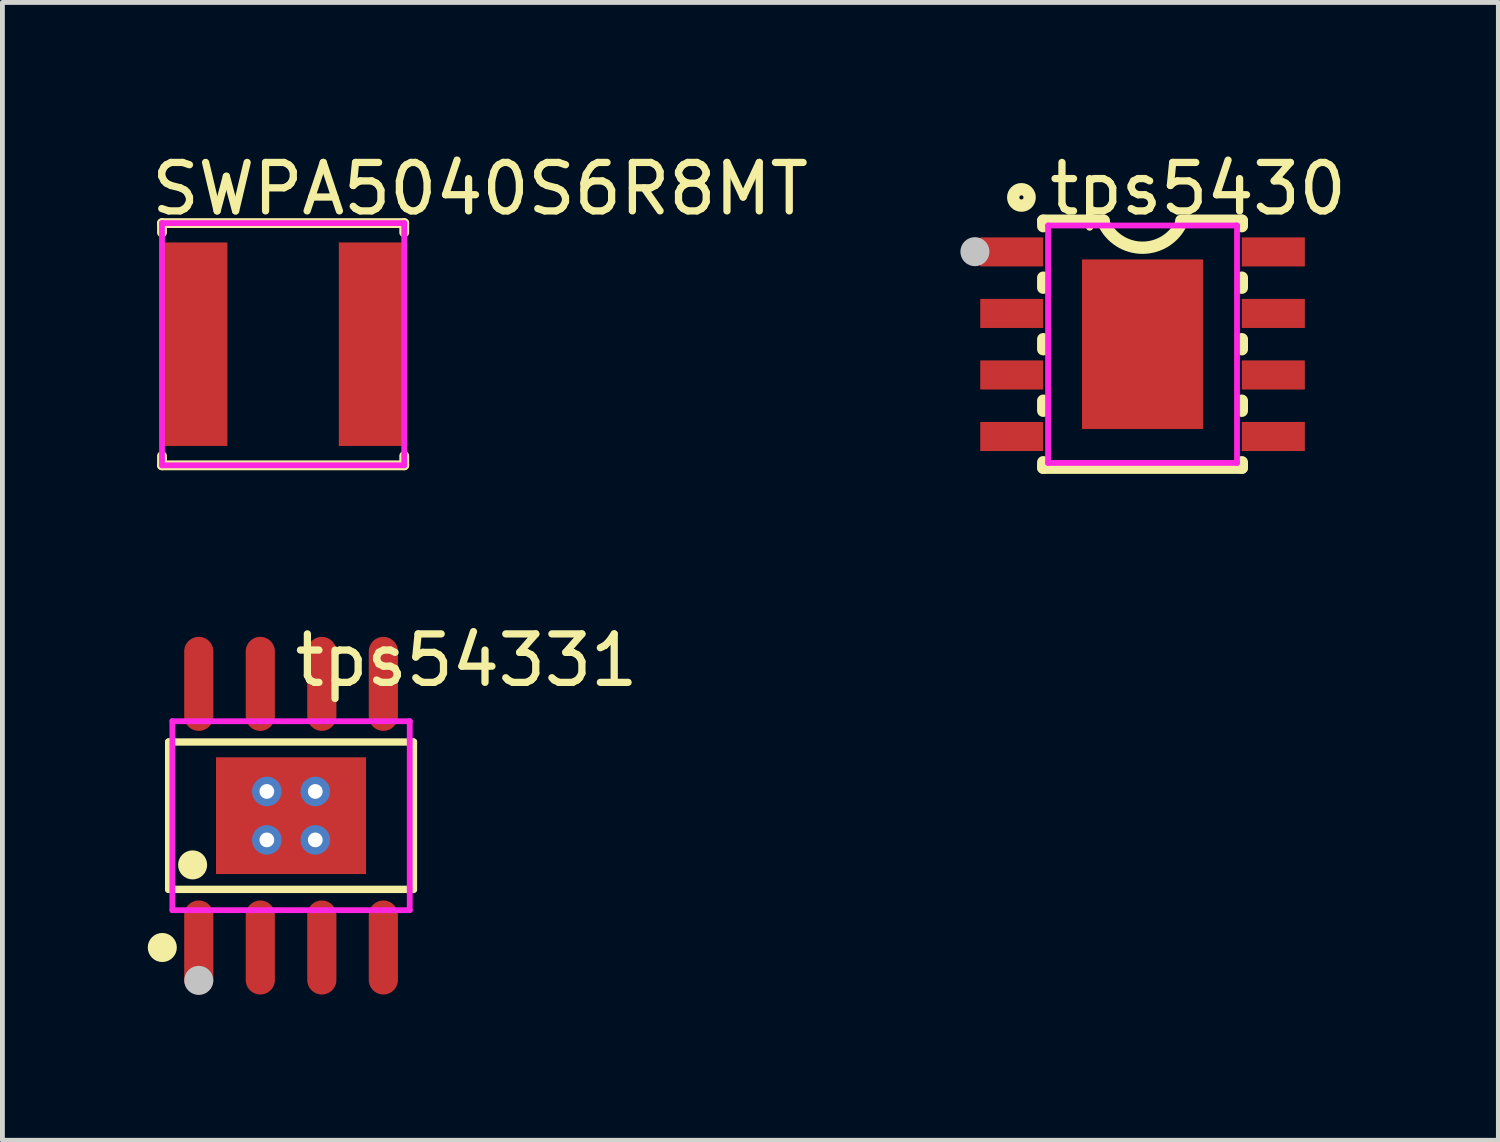
<source format=kicad_pcb>
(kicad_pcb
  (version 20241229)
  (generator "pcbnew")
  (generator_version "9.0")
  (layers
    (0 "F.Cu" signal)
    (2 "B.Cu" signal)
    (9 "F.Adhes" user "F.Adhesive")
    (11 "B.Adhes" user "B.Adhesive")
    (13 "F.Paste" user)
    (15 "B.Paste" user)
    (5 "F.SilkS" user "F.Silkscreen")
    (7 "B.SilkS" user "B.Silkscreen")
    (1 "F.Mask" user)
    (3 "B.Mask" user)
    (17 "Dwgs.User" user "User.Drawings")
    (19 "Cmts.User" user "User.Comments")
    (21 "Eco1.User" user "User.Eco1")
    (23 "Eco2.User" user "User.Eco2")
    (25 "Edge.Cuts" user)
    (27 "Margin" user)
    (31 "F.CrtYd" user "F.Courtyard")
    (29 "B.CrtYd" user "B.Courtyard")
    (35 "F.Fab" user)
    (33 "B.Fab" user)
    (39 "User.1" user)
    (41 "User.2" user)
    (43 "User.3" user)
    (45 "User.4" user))
  (footprint "SWPA5040S6R8MT"
    (layer "F.Cu")
    (at 2.794 4.055)
    (property "Reference" "SWPA5040S6R8MT" (at -2.794 -3.207 0) (layer "F.SilkS") (effects (font (size 1 1) (thickness 0.15)) (justify left)))
    (attr through_hole)
    (fp_line (start -2.5 -2.5) (end -2.5 -2.306) (stroke (width 0.203) (type solid)) (layer "F.SilkS"))
    (fp_line (start -2.5 -2.5) (end 2.5 -2.5) (stroke (width 0.203) (type solid)) (layer "F.SilkS"))
    (fp_line (start -2.5 2.306) (end -2.5 2.5) (stroke (width 0.203) (type solid)) (layer "F.SilkS"))
    (fp_line (start -2.5 2.5) (end 2.5 2.5) (stroke (width 0.203) (type solid)) (layer "F.SilkS"))
    (fp_line (start 2.5 -2.306) (end 2.5 -2.5) (stroke (width 0.203) (type solid)) (layer "F.SilkS"))
    (fp_line (start 2.5 2.5) (end 2.5 2.306) (stroke (width 0.203) (type solid)) (layer "F.SilkS"))
    (fp_circle (center -2.5 2.5) (end -2.45 2.5) (stroke (width 0.1) (type solid)) (fill no) (layer "Eco2.User"))
    (fp_poly (pts (xy -1.25 -2) (xy -1.25 2) (xy -2.5 2) (xy -2.5 -2)) (stroke (width 0.12) (type solid)) (fill no) (layer "Eco2.User"))
    (fp_poly (pts (xy 2.5 -2) (xy 2.5 2) (xy 1.25 2) (xy 1.25 -2)) (stroke (width 0.12) (type solid)) (fill no) (layer "Eco2.User"))
    (fp_line (start -2.5 -2.5) (end 2.5 -2.5) (stroke (width 0.12) (type solid)) (layer "F.CrtYd"))
    (fp_line (start -2.5 2.5) (end -2.5 -2.5) (stroke (width 0.12) (type solid)) (layer "F.CrtYd"))
    (fp_line (start 2.5 -2.5) (end 2.5 2.5) (stroke (width 0.12) (type solid)) (layer "F.CrtYd"))
    (fp_line (start 2.5 2.5) (end -2.5 2.5) (stroke (width 0.12) (type solid)) (layer "F.CrtYd"))
    (pad "1" smd rect (at -1.85 0) (size 1.4 4.2) (layers "F.Cu" "F.Mask" "F.Paste"))
    (pad "2" smd rect (at 1.85 0) (size 1.4 4.2) (layers "F.Cu" "F.Mask" "F.Paste")))
  (footprint "tps5430"
    (layer "F.Cu")
    (at 20.534 4.055)
    (property "Reference" "tps5430" (at -2 -3.207 0) (layer "F.SilkS") (effects (font (size 1 1) (thickness 0.15)) (justify left)))
    (attr through_hole)
    (fp_line (start -2.05 -2.55) (end -2.05 -2.436) (stroke (width 0.254) (type solid)) (layer "F.SilkS"))
    (fp_line (start -2.05 -1.374) (end -2.05 -1.166) (stroke (width 0.254) (type solid)) (layer "F.SilkS"))
    (fp_line (start -2.05 -0.104) (end -2.05 0.104) (stroke (width 0.254) (type solid)) (layer "F.SilkS"))
    (fp_line (start -2.05 1.166) (end -2.05 1.374) (stroke (width 0.254) (type solid)) (layer "F.SilkS"))
    (fp_line (start -2.05 2.436) (end -2.05 2.55) (stroke (width 0.254) (type solid)) (layer "F.SilkS"))
    (fp_line (start -0.8 -2.55) (end -2.05 -2.55) (stroke (width 0.254) (type solid)) (layer "F.SilkS"))
    (fp_line (start 0.8 -2.55) (end 2.05 -2.55) (stroke (width 0.254) (type solid)) (layer "F.SilkS"))
    (fp_line (start 2.05 -2.55) (end 2.05 -2.436) (stroke (width 0.254) (type solid)) (layer "F.SilkS"))
    (fp_line (start 2.05 -1.374) (end 2.05 -1.166) (stroke (width 0.254) (type solid)) (layer "F.SilkS"))
    (fp_line (start 2.05 -0.104) (end 2.05 0.104) (stroke (width 0.254) (type solid)) (layer "F.SilkS"))
    (fp_line (start 2.05 1.166) (end 2.05 1.374) (stroke (width 0.254) (type solid)) (layer "F.SilkS"))
    (fp_line (start 2.05 2.436) (end 2.05 2.55) (stroke (width 0.254) (type solid)) (layer "F.SilkS"))
    (fp_line (start 2.05 2.55) (end -2.05 2.55) (stroke (width 0.254) (type solid)) (layer "F.SilkS"))
    (fp_arc (start 0.799815 -2.499607) (mid -0.000217 -1.991471) (end -0.8 -2.5) (stroke (width 0.254) (type solid)) (layer "F.SilkS"))
    (fp_circle (center -2.5 -3.03) (end -2.33 -3.03) (stroke (width 0.254) (type solid)) (fill no) (layer "F.SilkS"))
    (fp_circle (center -3.46 -1.91) (end -3.31 -1.91) (stroke (width 0.3) (type solid)) (fill no) (layer "Dwgs.User"))
    (fp_line (start -2.175 -2.115) (end -1.94 -2.115) (stroke (width 0.12) (type solid)) (layer "Eco2.User"))
    (fp_line (start -2.175 -1.695) (end -2.175 -2.115) (stroke (width 0.12) (type solid)) (layer "Eco2.User"))
    (fp_line (start -2.175 -0.845) (end -1.94 -0.845) (stroke (width 0.12) (type solid)) (layer "Eco2.User"))
    (fp_line (start -2.175 -0.425) (end -2.175 -0.845) (stroke (width 0.12) (type solid)) (layer "Eco2.User"))
    (fp_line (start -2.175 0.425) (end -1.94 0.425) (stroke (width 0.12) (type solid)) (layer "Eco2.User"))
    (fp_line (start -2.175 0.845) (end -2.175 0.425) (stroke (width 0.12) (type solid)) (layer "Eco2.User"))
    (fp_line (start -2.175 1.695) (end -1.94 1.695) (stroke (width 0.12) (type solid)) (layer "Eco2.User"))
    (fp_line (start -2.175 2.115) (end -2.175 1.695) (stroke (width 0.12) (type solid)) (layer "Eco2.User"))
    (fp_line (start -1.94 -2.115) (end -1.94 -1.695) (stroke (width 0.12) (type solid)) (layer "Eco2.User"))
    (fp_line (start -1.94 -1.695) (end -2.175 -1.695) (stroke (width 0.12) (type solid)) (layer "Eco2.User"))
    (fp_line (start -1.94 -0.845) (end -1.94 -0.425) (stroke (width 0.12) (type solid)) (layer "Eco2.User"))
    (fp_line (start -1.94 -0.425) (end -2.175 -0.425) (stroke (width 0.12) (type solid)) (layer "Eco2.User"))
    (fp_line (start -1.94 0.425) (end -1.94 0.845) (stroke (width 0.12) (type solid)) (layer "Eco2.User"))
    (fp_line (start -1.94 0.845) (end -2.175 0.845) (stroke (width 0.12) (type solid)) (layer "Eco2.User"))
    (fp_line (start -1.94 1.695) (end -1.94 2.115) (stroke (width 0.12) (type solid)) (layer "Eco2.User"))
    (fp_line (start -1.94 2.115) (end -2.175 2.115) (stroke (width 0.12) (type solid)) (layer "Eco2.User"))
    (fp_line (start 1.94 -2.115) (end 2.175 -2.115) (stroke (width 0.12) (type solid)) (layer "Eco2.User"))
    (fp_line (start 1.94 -1.695) (end 1.94 -2.115) (stroke (width 0.12) (type solid)) (layer "Eco2.User"))
    (fp_line (start 1.94 -0.845) (end 2.175 -0.845) (stroke (width 0.12) (type solid)) (layer "Eco2.User"))
    (fp_line (start 1.94 -0.425) (end 1.94 -0.845) (stroke (width 0.12) (type solid)) (layer "Eco2.User"))
    (fp_line (start 1.94 0.425) (end 2.175 0.425) (stroke (width 0.12) (type solid)) (layer "Eco2.User"))
    (fp_line (start 1.94 0.845) (end 1.94 0.425) (stroke (width 0.12) (type solid)) (layer "Eco2.User"))
    (fp_line (start 1.94 1.695) (end 2.175 1.695) (stroke (width 0.12) (type solid)) (layer "Eco2.User"))
    (fp_line (start 1.94 2.115) (end 1.94 1.695) (stroke (width 0.12) (type solid)) (layer "Eco2.User"))
    (fp_line (start 2.175 -2.115) (end 2.175 -1.695) (stroke (width 0.12) (type solid)) (layer "Eco2.User"))
    (fp_line (start 2.175 -1.695) (end 1.94 -1.695) (stroke (width 0.12) (type solid)) (layer "Eco2.User"))
    (fp_line (start 2.175 -0.845) (end 2.175 -0.425) (stroke (width 0.12) (type solid)) (layer "Eco2.User"))
    (fp_line (start 2.175 -0.425) (end 1.94 -0.425) (stroke (width 0.12) (type solid)) (layer "Eco2.User"))
    (fp_line (start 2.175 0.425) (end 2.175 0.845) (stroke (width 0.12) (type solid)) (layer "Eco2.User"))
    (fp_line (start 2.175 0.845) (end 1.94 0.845) (stroke (width 0.12) (type solid)) (layer "Eco2.User"))
    (fp_line (start 2.175 1.695) (end 2.175 2.115) (stroke (width 0.12) (type solid)) (layer "Eco2.User"))
    (fp_line (start 2.175 2.115) (end 1.94 2.115) (stroke (width 0.12) (type solid)) (layer "Eco2.User"))
    (fp_circle (center -3 -2.45) (end -2.97 -2.45) (stroke (width 0.06) (type solid)) (fill no) (layer "Eco2.User"))
    (fp_poly (pts (xy -3 -2.115) (xy -2.165 -2.115) (xy -2.165 -1.695) (xy -3 -1.695)) (stroke (width 0.12) (type solid)) (fill no) (layer "Eco2.User"))
    (fp_poly (pts (xy -3 -0.845) (xy -2.165 -0.845) (xy -2.165 -0.425) (xy -3 -0.425)) (stroke (width 0.12) (type solid)) (fill no) (layer "Eco2.User"))
    (fp_poly (pts (xy -3 0.425) (xy -2.165 0.425) (xy -2.165 0.845) (xy -3 0.845)) (stroke (width 0.12) (type solid)) (fill no) (layer "Eco2.User"))
    (fp_poly (pts (xy -3 1.695) (xy -2.165 1.695) (xy -2.165 2.115) (xy -3 2.115)) (stroke (width 0.12) (type solid)) (fill no) (layer "Eco2.User"))
    (fp_poly (pts (xy -1.206 1.65) (xy -1.206 -1.65) (xy 1.207 -1.65) (xy 1.207 1.65)) (stroke (width 0.12) (type solid)) (fill no) (layer "Eco2.User"))
    (fp_poly (pts (xy 2.165 -2.115) (xy 3 -2.115) (xy 3 -1.695) (xy 2.165 -1.695)) (stroke (width 0.12) (type solid)) (fill no) (layer "Eco2.User"))
    (fp_poly (pts (xy 2.165 -0.845) (xy 3 -0.845) (xy 3 -0.425) (xy 2.165 -0.425)) (stroke (width 0.12) (type solid)) (fill no) (layer "Eco2.User"))
    (fp_poly (pts (xy 2.165 0.425) (xy 3 0.425) (xy 3 0.845) (xy 2.165 0.845)) (stroke (width 0.12) (type solid)) (fill no) (layer "Eco2.User"))
    (fp_poly (pts (xy 2.165 1.695) (xy 3 1.695) (xy 3 2.115) (xy 2.165 2.115)) (stroke (width 0.12) (type solid)) (fill no) (layer "Eco2.User"))
    (fp_line (start -1.95 -2.45) (end 1.95 -2.45) (stroke (width 0.12) (type solid)) (layer "F.CrtYd"))
    (fp_line (start -1.95 2.45) (end -1.95 -2.45) (stroke (width 0.12) (type solid)) (layer "F.CrtYd"))
    (fp_line (start 1.95 -2.45) (end 1.95 2.45) (stroke (width 0.12) (type solid)) (layer "F.CrtYd"))
    (fp_line (start 1.95 2.45) (end -1.95 2.45) (stroke (width 0.12) (type solid)) (layer "F.CrtYd"))
    (pad "1" smd rect (at -2.7 -1.905) (size 1.3 0.6) (layers "F.Cu" "F.Mask" "F.Paste"))
    (pad "2" smd rect (at -2.7 -0.635) (size 1.3 0.6) (layers "F.Cu" "F.Mask" "F.Paste"))
    (pad "3" smd rect (at -2.7 0.635) (size 1.3 0.6) (layers "F.Cu" "F.Mask" "F.Paste"))
    (pad "4" smd rect (at -2.7 1.905) (size 1.3 0.6) (layers "F.Cu" "F.Mask" "F.Paste"))
    (pad "5" smd rect (at 2.7 1.905) (size 1.3 0.6) (layers "F.Cu" "F.Mask" "F.Paste"))
    (pad "6" smd rect (at 2.7 0.635) (size 1.3 0.6) (layers "F.Cu" "F.Mask" "F.Paste"))
    (pad "7" smd rect (at 2.7 -0.635) (size 1.3 0.6) (layers "F.Cu" "F.Mask" "F.Paste"))
    (pad "8" smd rect (at 2.7 -1.905) (size 1.3 0.6) (layers "F.Cu" "F.Mask" "F.Paste"))
    (pad "9" smd rect (at 0 0) (size 2.5 3.5) (layers "F.Cu" "F.Mask" "F.Paste")))
  (footprint "tps54331"
    (layer "F.Cu")
    (at 2.958 13.787)
    (property "Reference" "tps54331" (at 0 -3.207 0) (layer "F.SilkS") (effects (font (size 1 1) (thickness 0.15)) (justify left)))
    (attr through_hole)
    (fp_line (start -2.526 -1.521) (end 2.526 -1.521) (stroke (width 0.152) (type solid)) (layer "F.SilkS"))
    (fp_line (start -2.526 1.521) (end -2.526 -1.521) (stroke (width 0.152) (type solid)) (layer "F.SilkS"))
    (fp_line (start 2.526 -1.521) (end 2.526 1.521) (stroke (width 0.152) (type solid)) (layer "F.SilkS"))
    (fp_line (start 2.526 1.521) (end -2.526 1.521) (stroke (width 0.152) (type solid)) (layer "F.SilkS"))
    (fp_circle (center -2.658 2.721) (end -2.508 2.721) (stroke (width 0.3) (type solid)) (fill no) (layer "F.SilkS"))
    (fp_circle (center -2.032 1.016) (end -1.882 1.016) (stroke (width 0.3) (type solid)) (fill no) (layer "F.SilkS"))
    (fp_circle (center -1.905 3.4) (end -1.755 3.4) (stroke (width 0.3) (type solid)) (fill no) (layer "Dwgs.User"))
    (fp_line (start -2.12 -2.36) (end -2.12 -1.94) (stroke (width 0.12) (type solid)) (layer "Eco2.User"))
    (fp_line (start -2.12 -1.94) (end -1.69 -1.94) (stroke (width 0.12) (type solid)) (layer "Eco2.User"))
    (fp_line (start -2.12 1.94) (end -1.69 1.94) (stroke (width 0.12) (type solid)) (layer "Eco2.User"))
    (fp_line (start -2.12 2.36) (end -2.12 1.94) (stroke (width 0.12) (type solid)) (layer "Eco2.User"))
    (fp_line (start -1.69 -2.36) (end -2.12 -2.36) (stroke (width 0.12) (type solid)) (layer "Eco2.User"))
    (fp_line (start -1.69 -1.94) (end -1.69 -2.36) (stroke (width 0.12) (type solid)) (layer "Eco2.User"))
    (fp_line (start -1.69 1.94) (end -1.69 2.36) (stroke (width 0.12) (type solid)) (layer "Eco2.User"))
    (fp_line (start -1.69 2.36) (end -2.12 2.36) (stroke (width 0.12) (type solid)) (layer "Eco2.User"))
    (fp_line (start -0.85 -2.36) (end -0.85 -1.94) (stroke (width 0.12) (type solid)) (layer "Eco2.User"))
    (fp_line (start -0.85 -1.94) (end -0.42 -1.94) (stroke (width 0.12) (type solid)) (layer "Eco2.User"))
    (fp_line (start -0.85 1.94) (end -0.42 1.94) (stroke (width 0.12) (type solid)) (layer "Eco2.User"))
    (fp_line (start -0.85 2.36) (end -0.85 1.94) (stroke (width 0.12) (type solid)) (layer "Eco2.User"))
    (fp_line (start -0.42 -2.36) (end -0.85 -2.36) (stroke (width 0.12) (type solid)) (layer "Eco2.User"))
    (fp_line (start -0.42 -1.94) (end -0.42 -2.36) (stroke (width 0.12) (type solid)) (layer "Eco2.User"))
    (fp_line (start -0.42 1.94) (end -0.42 2.36) (stroke (width 0.12) (type solid)) (layer "Eco2.User"))
    (fp_line (start -0.42 2.36) (end -0.85 2.36) (stroke (width 0.12) (type solid)) (layer "Eco2.User"))
    (fp_line (start 0.42 -2.36) (end 0.42 -1.94) (stroke (width 0.12) (type solid)) (layer "Eco2.User"))
    (fp_line (start 0.42 -1.94) (end 0.85 -1.94) (stroke (width 0.12) (type solid)) (layer "Eco2.User"))
    (fp_line (start 0.42 1.94) (end 0.85 1.94) (stroke (width 0.12) (type solid)) (layer "Eco2.User"))
    (fp_line (start 0.42 2.36) (end 0.42 1.94) (stroke (width 0.12) (type solid)) (layer "Eco2.User"))
    (fp_line (start 0.85 -2.36) (end 0.42 -2.36) (stroke (width 0.12) (type solid)) (layer "Eco2.User"))
    (fp_line (start 0.85 -1.94) (end 0.85 -2.36) (stroke (width 0.12) (type solid)) (layer "Eco2.User"))
    (fp_line (start 0.85 1.94) (end 0.85 2.36) (stroke (width 0.12) (type solid)) (layer "Eco2.User"))
    (fp_line (start 0.85 2.36) (end 0.42 2.36) (stroke (width 0.12) (type solid)) (layer "Eco2.User"))
    (fp_line (start 1.69 -2.36) (end 1.69 -1.94) (stroke (width 0.12) (type solid)) (layer "Eco2.User"))
    (fp_line (start 1.69 -1.94) (end 2.12 -1.94) (stroke (width 0.12) (type solid)) (layer "Eco2.User"))
    (fp_line (start 1.69 1.94) (end 2.12 1.94) (stroke (width 0.12) (type solid)) (layer "Eco2.User"))
    (fp_line (start 1.69 2.36) (end 1.69 1.94) (stroke (width 0.12) (type solid)) (layer "Eco2.User"))
    (fp_line (start 2.12 -2.36) (end 1.69 -2.36) (stroke (width 0.12) (type solid)) (layer "Eco2.User"))
    (fp_line (start 2.12 -1.94) (end 2.12 -2.36) (stroke (width 0.12) (type solid)) (layer "Eco2.User"))
    (fp_line (start 2.12 1.94) (end 2.12 2.36) (stroke (width 0.12) (type solid)) (layer "Eco2.User"))
    (fp_line (start 2.12 2.36) (end 1.69 2.36) (stroke (width 0.12) (type solid)) (layer "Eco2.User"))
    (fp_circle (center -2.45 3) (end -2.42 3) (stroke (width 0.06) (type solid)) (fill no) (layer "Eco2.User"))
    (fp_poly (pts (xy -2.12 -3) (xy -2.12 -2.35) (xy -1.69 -2.35) (xy -1.69 -3)) (stroke (width 0.12) (type solid)) (fill no) (layer "Eco2.User"))
    (fp_poly (pts (xy -2.12 3) (xy -2.12 2.35) (xy -1.69 2.35) (xy -1.69 3)) (stroke (width 0.12) (type solid)) (fill no) (layer "Eco2.User"))
    (fp_poly (pts (xy -1.549 -1.205) (xy 1.549 -1.205) (xy 1.549 1.205) (xy -1.549 1.205)) (stroke (width 0.12) (type solid)) (fill no) (layer "Eco2.User"))
    (fp_poly (pts (xy -0.85 -3) (xy -0.85 -2.35) (xy -0.42 -2.35) (xy -0.42 -3)) (stroke (width 0.12) (type solid)) (fill no) (layer "Eco2.User"))
    (fp_poly (pts (xy -0.85 3) (xy -0.85 2.35) (xy -0.42 2.35) (xy -0.42 3)) (stroke (width 0.12) (type solid)) (fill no) (layer "Eco2.User"))
    (fp_poly (pts (xy 0.42 -3) (xy 0.42 -2.35) (xy 0.85 -2.35) (xy 0.85 -3)) (stroke (width 0.12) (type solid)) (fill no) (layer "Eco2.User"))
    (fp_poly (pts (xy 0.42 3) (xy 0.42 2.35) (xy 0.85 2.35) (xy 0.85 3)) (stroke (width 0.12) (type solid)) (fill no) (layer "Eco2.User"))
    (fp_poly (pts (xy 1.69 -3) (xy 1.69 -2.35) (xy 2.12 -2.35) (xy 2.12 -3)) (stroke (width 0.12) (type solid)) (fill no) (layer "Eco2.User"))
    (fp_poly (pts (xy 1.69 3) (xy 1.69 2.35) (xy 2.12 2.35) (xy 2.12 3)) (stroke (width 0.12) (type solid)) (fill no) (layer "Eco2.User"))
    (fp_line (start -2.45 -1.95) (end 2.45 -1.95) (stroke (width 0.12) (type solid)) (layer "F.CrtYd"))
    (fp_line (start -2.45 1.95) (end -2.45 -1.95) (stroke (width 0.12) (type solid)) (layer "F.CrtYd"))
    (fp_line (start 2.45 -1.95) (end 2.45 1.95) (stroke (width 0.12) (type solid)) (layer "F.CrtYd"))
    (fp_line (start 2.45 1.95) (end -2.45 1.95) (stroke (width 0.12) (type solid)) (layer "F.CrtYd"))
    (pad "" thru_hole circle (at -0.5 -0.5) (size 0.61 0.61) (drill 0.304) (layers "*.Cu" "*.Mask"))
    (pad "" thru_hole circle (at -0.5 0.5) (size 0.61 0.61) (drill 0.304) (layers "*.Cu" "*.Mask"))
    (pad "" thru_hole circle (at 0.5 -0.5) (size 0.61 0.61) (drill 0.304) (layers "*.Cu" "*.Mask"))
    (pad "" thru_hole circle (at 0.5 0.5) (size 0.61 0.61) (drill 0.304) (layers "*.Cu" "*.Mask"))
    (pad "1" smd oval (at -1.905 2.721) (size 0.602 1.941) (layers "F.Cu" "F.Mask" "F.Paste"))
    (pad "2" smd oval (at -0.635 2.721) (size 0.602 1.941) (layers "F.Cu" "F.Mask" "F.Paste"))
    (pad "3" smd oval (at 0.635 2.721) (size 0.602 1.941) (layers "F.Cu" "F.Mask" "F.Paste"))
    (pad "4" smd oval (at 1.905 2.721) (size 0.602 1.941) (layers "F.Cu" "F.Mask" "F.Paste"))
    (pad "5" smd oval (at 1.905 -2.721) (size 0.602 1.941) (layers "F.Cu" "F.Mask" "F.Paste"))
    (pad "6" smd oval (at 0.635 -2.721) (size 0.602 1.941) (layers "F.Cu" "F.Mask" "F.Paste"))
    (pad "7" smd oval (at -0.635 -2.721) (size 0.602 1.941) (layers "F.Cu" "F.Mask" "F.Paste"))
    (pad "8" smd oval (at -1.905 -2.721) (size 0.602 1.941) (layers "F.Cu" "F.Mask" "F.Paste"))
    (pad "9" smd rect (at 0 0) (size 3.098 2.41) (layers "F.Cu" "F.Mask" "F.Paste")))
  (gr_rect
    (start -3 -3)
    (end 27.879 20.488)
    (stroke (width 0.1) (type default))
    (fill no)
    (layer "Edge.Cuts")))
</source>
